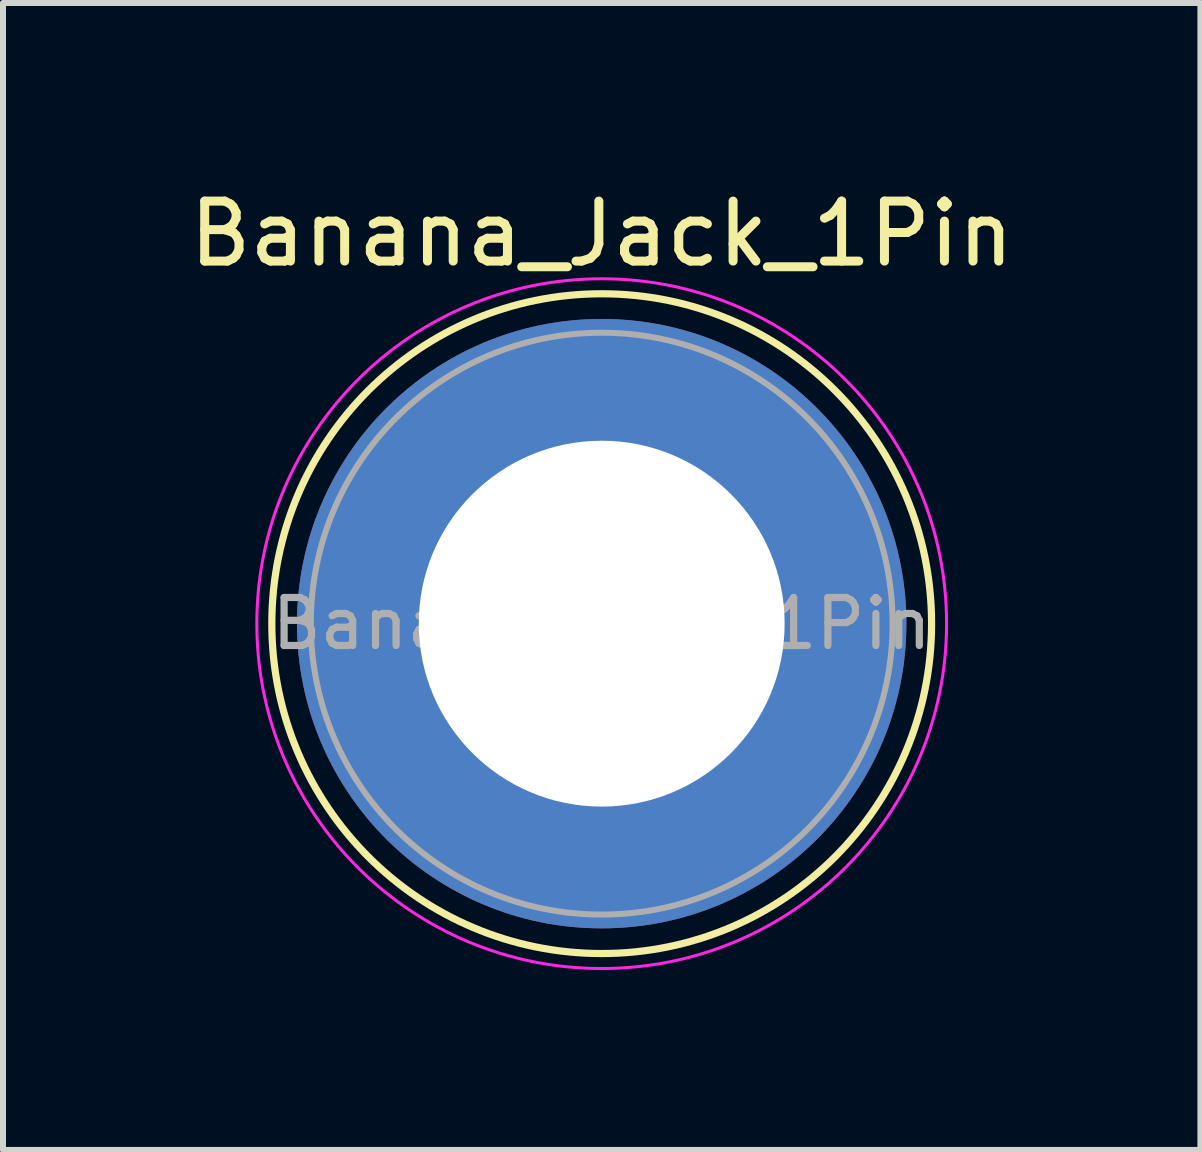
<source format=kicad_pcb>
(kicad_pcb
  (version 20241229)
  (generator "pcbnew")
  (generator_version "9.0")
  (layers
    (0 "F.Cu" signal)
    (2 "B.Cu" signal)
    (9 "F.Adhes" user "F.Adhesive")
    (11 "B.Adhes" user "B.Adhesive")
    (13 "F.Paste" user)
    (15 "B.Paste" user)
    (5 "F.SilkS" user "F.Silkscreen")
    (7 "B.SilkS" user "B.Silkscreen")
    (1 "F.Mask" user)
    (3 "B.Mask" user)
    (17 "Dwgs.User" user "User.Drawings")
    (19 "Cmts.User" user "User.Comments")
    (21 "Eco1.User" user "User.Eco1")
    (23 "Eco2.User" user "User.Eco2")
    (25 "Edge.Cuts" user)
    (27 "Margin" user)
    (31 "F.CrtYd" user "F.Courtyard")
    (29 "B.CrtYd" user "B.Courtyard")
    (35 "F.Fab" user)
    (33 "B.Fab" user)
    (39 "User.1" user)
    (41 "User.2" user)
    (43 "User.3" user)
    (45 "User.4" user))
  (footprint "Banana_Jack_1Pin"
    (layer "F.Cu")
    (at 6.982 7.348)
    (property "Reference" "Banana_Jack_1Pin" (at 0 -6.5 0) (layer "F.SilkS") (effects (font (size 1 1) (thickness 0.15))))
    (attr through_hole)
    (fp_circle (center 0 0) (end 5.5 0) (stroke (width 0.12) (type solid)) (fill no) (layer "F.SilkS"))
    (fp_circle (center 0 0) (end 5.75 0) (stroke (width 0.05) (type solid)) (fill no) (layer "F.CrtYd"))
    (fp_circle (center 0 0) (end 2 0) (stroke (width 0.1) (type solid)) (fill no) (layer "F.Fab"))
    (fp_circle (center 0 0) (end 4.85 0.05) (stroke (width 0.1) (type solid)) (fill no) (layer "F.Fab"))
    (fp_text user "${REFERENCE}" (at 0 0 0) (layer "F.Fab") (effects (font (size 0.8 0.8) (thickness 0.12))))
    (pad "1" thru_hole circle (at 0 0) (size 10.16 10.16) (drill 6.1) (layers "*.Cu" "*.Mask")))
  (gr_rect
    (start -3 -3)
    (end 16.964 16.123)
    (stroke (width 0.1) (type default))
    (fill no)
    (layer "Edge.Cuts")))
</source>
